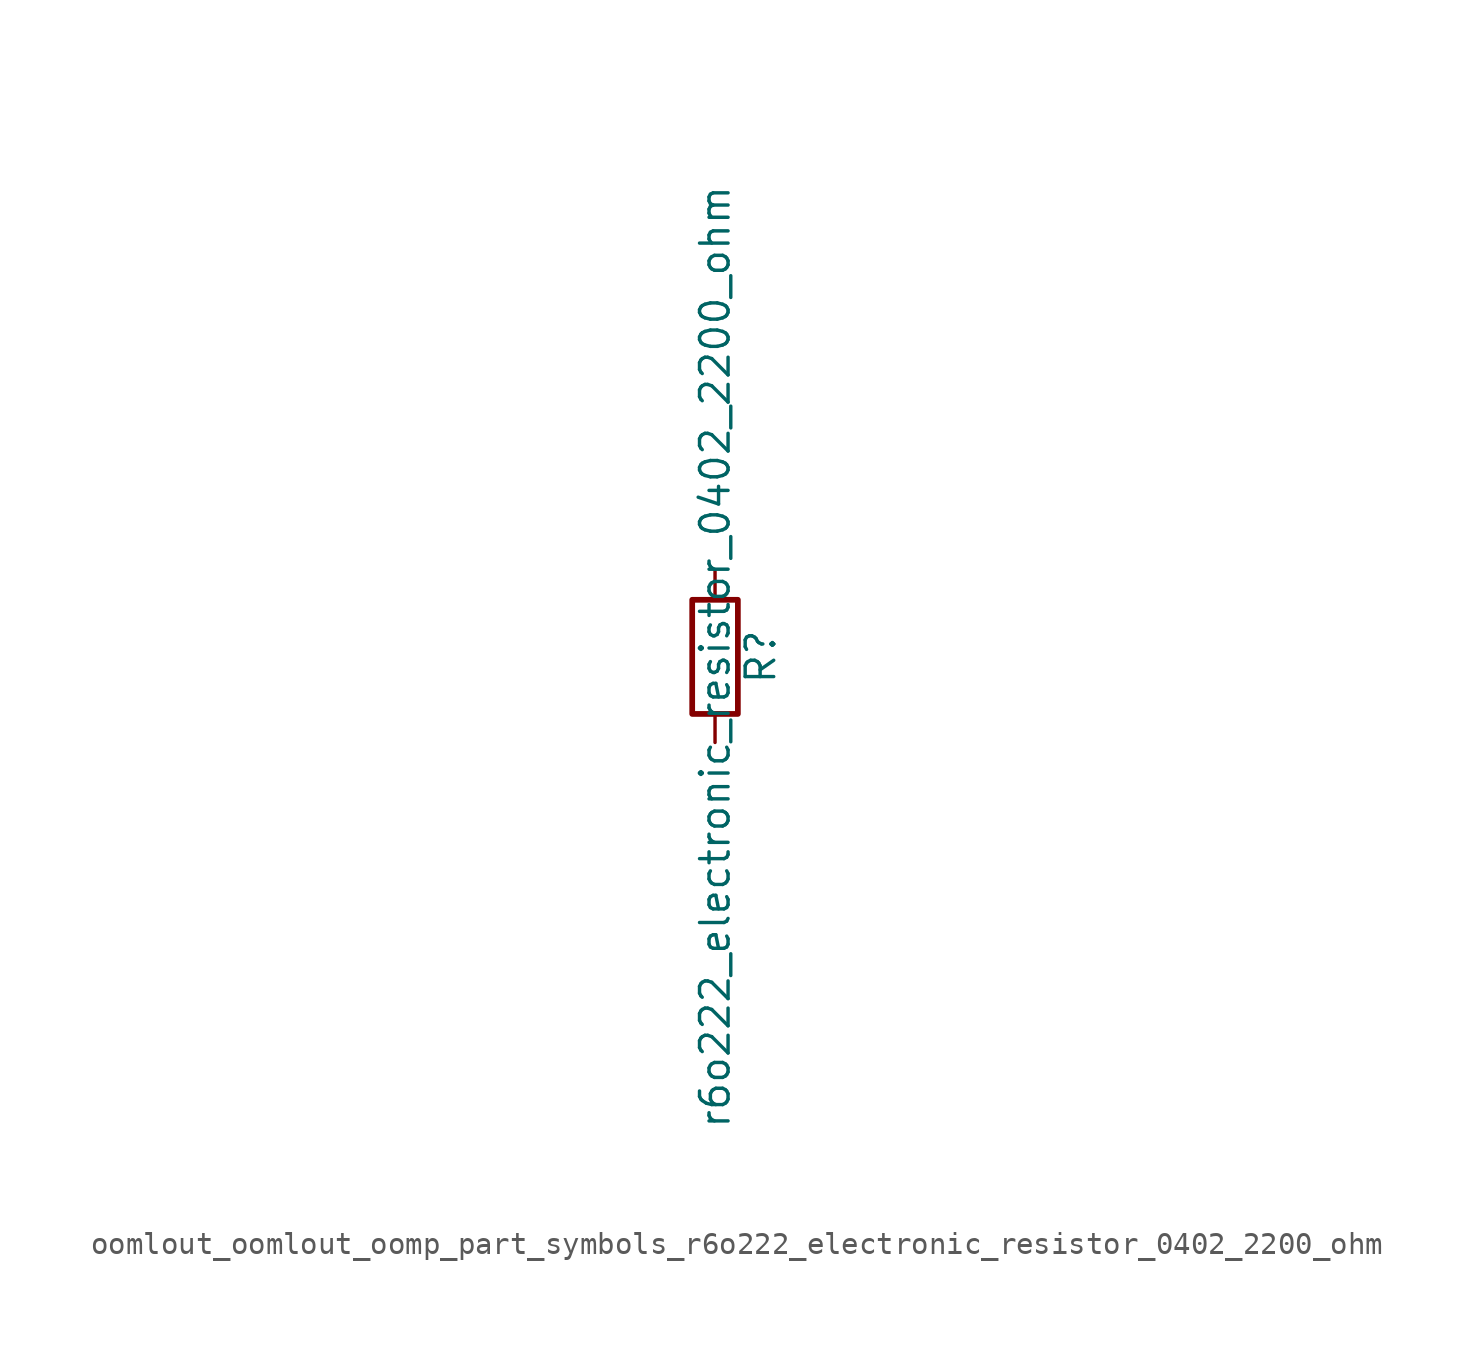
<source format=kicad_sym>
(kicad_symbol_lib
  (version 20220914)
  (generator kicad_symbol_editor)
  (symbol "oomlout_oomlout_oomp_part_symbols_r6o222_electronic_resistor_0402_2200_ohm"
    (pin_numbers hide)
    (pin_names
      (offset 0))
    (property "Reference" "R"
      (at 2.032 0 90)
      (effects (font (size 1.27 1.27))))
    (property "Value" "r6o222_electronic_resistor_0402_2200_ohm"
      (at 0 0 90)
      (effects (font (size 1.27 1.27))))
    (symbol "oomlout_oomlout_oomp_part_symbols_r6o222_electronic_resistor_0402_2200_ohm_0_1"
      (rectangle (start -1.016 -2.54) (end 1.016 2.54) (stroke (width 0.254) (type default)) (fill (type none))))
    (symbol "oomlout_oomlout_oomp_part_symbols_r6o222_electronic_resistor_0402_2200_ohm_1_1"
      (pin passive line (at 0 3.81 270) (length 1.27) (name "~" (effects (font (size 1.27 1.27)))) (number "1" (effects (font (size 1.27 1.27)))))
      (pin passive line (at 0 -3.81 90) (length 1.27) (name "~" (effects (font (size 1.27 1.27)))) (number "2" (effects (font (size 1.27 1.27))))))))
</source>
